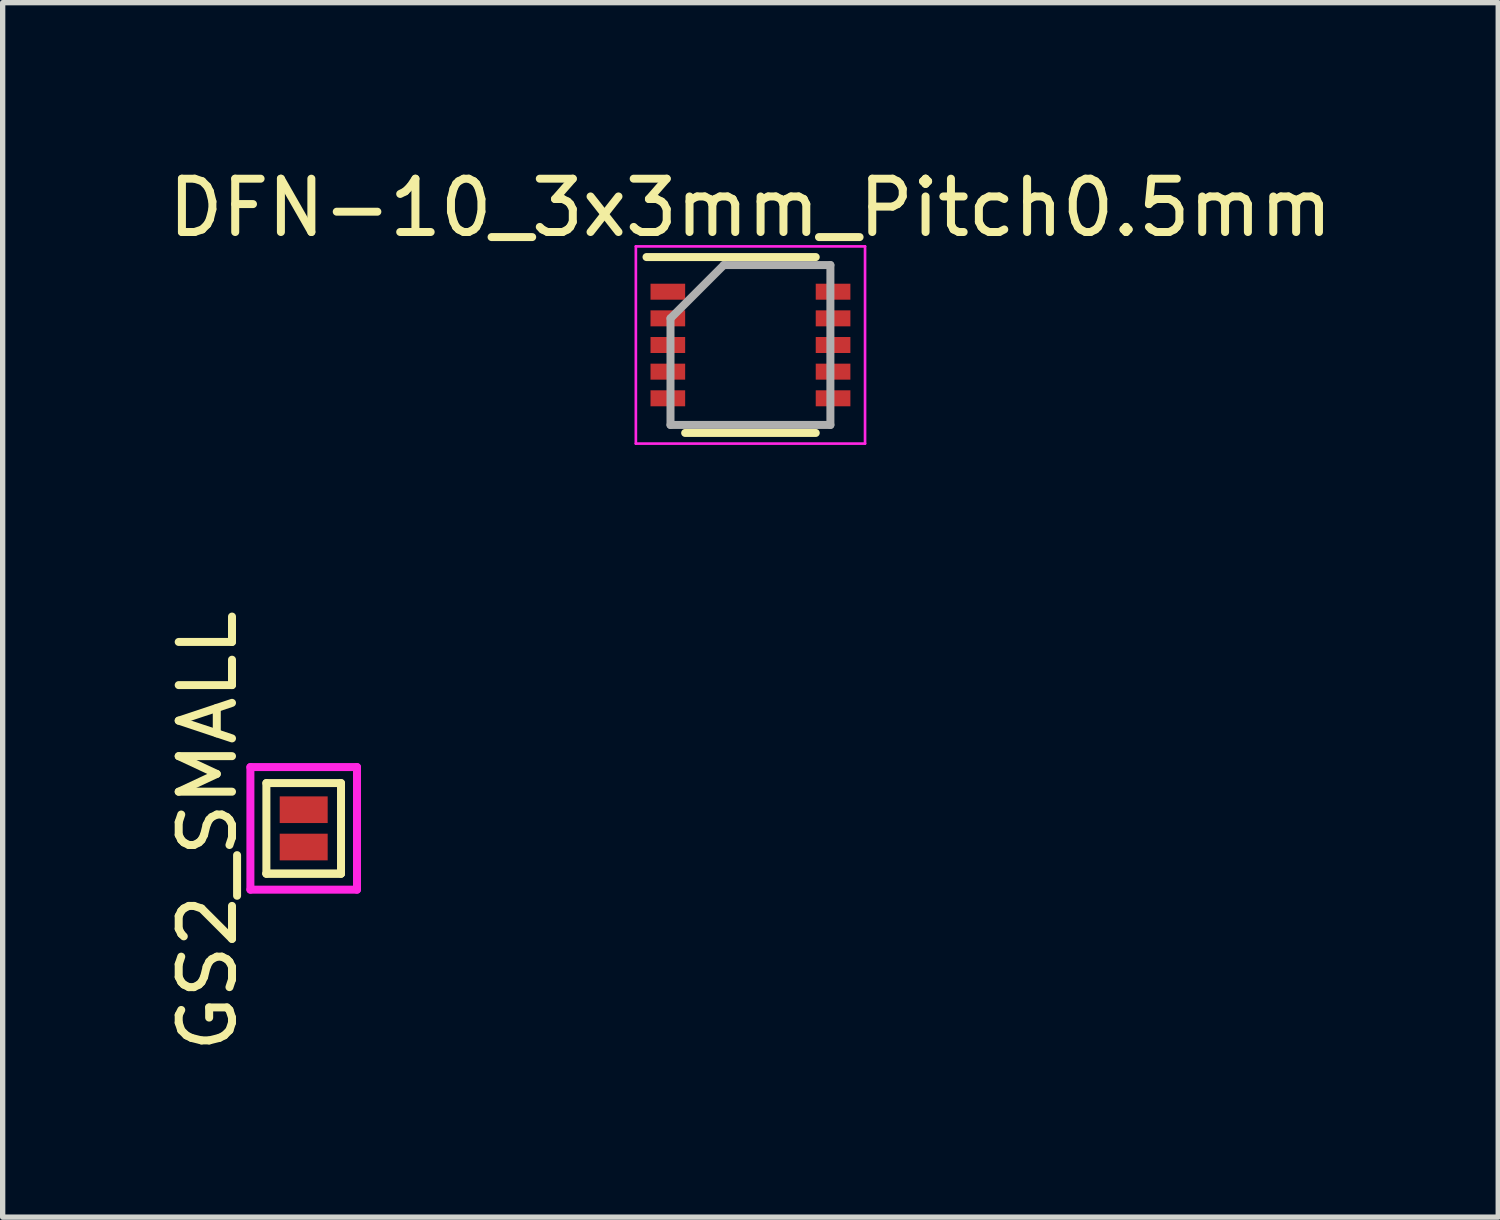
<source format=kicad_pcb>
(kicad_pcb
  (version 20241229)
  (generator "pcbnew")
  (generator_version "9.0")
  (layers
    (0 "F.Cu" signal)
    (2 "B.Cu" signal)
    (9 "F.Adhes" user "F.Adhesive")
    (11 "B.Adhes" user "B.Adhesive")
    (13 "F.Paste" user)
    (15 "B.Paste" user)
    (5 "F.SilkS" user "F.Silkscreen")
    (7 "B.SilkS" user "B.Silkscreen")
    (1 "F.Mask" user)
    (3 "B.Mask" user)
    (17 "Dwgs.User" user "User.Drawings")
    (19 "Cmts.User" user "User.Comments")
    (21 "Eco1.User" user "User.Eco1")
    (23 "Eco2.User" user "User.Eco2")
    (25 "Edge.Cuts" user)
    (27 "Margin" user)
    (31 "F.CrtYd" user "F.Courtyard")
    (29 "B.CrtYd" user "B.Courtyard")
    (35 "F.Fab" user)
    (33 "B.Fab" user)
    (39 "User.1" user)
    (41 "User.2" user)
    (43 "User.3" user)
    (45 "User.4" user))
  (footprint "GS2_SMALL"
    (layer "F.Cu")
    (at 2.648 12.842)
    (property "Reference" "GS2_SMALL" (at -1.8 -0.3 270) (layer "F.SilkS") (effects (font (size 1 1) (thickness 0.15))))
    (attr smd)
    (fp_line (start -0.7 -1.2) (end -0.7 0.5) (stroke (width 0.15) (type solid)) (layer "F.SilkS"))
    (fp_line (start -0.7 -1.2) (end 0.7 -1.2) (stroke (width 0.15) (type solid)) (layer "F.SilkS"))
    (fp_line (start -0.7 0.5) (end 0.7 0.5) (stroke (width 0.15) (type solid)) (layer "F.SilkS"))
    (fp_line (start -0.7 0.5) (end 0.7 0.5) (stroke (width 0.15) (type solid)) (layer "F.SilkS"))
    (fp_line (start 0.7 0.5) (end 0.7 -1.2) (stroke (width 0.15) (type solid)) (layer "F.SilkS"))
    (fp_line (start -1 -1.5) (end -1 0.8) (stroke (width 0.15) (type solid)) (layer "F.CrtYd"))
    (fp_line (start -1 -1.5) (end 1 -1.5) (stroke (width 0.15) (type solid)) (layer "F.CrtYd"))
    (fp_line (start 1 0.8) (end -1 0.8) (stroke (width 0.15) (type solid)) (layer "F.CrtYd"))
    (fp_line (start 1 0.8) (end 1 -1.5) (stroke (width 0.15) (type solid)) (layer "F.CrtYd"))
    (pad "1" smd rect (at 0 -0.7) (size 0.9 0.5) (layers "F.Cu" "F.Mask" "F.Paste"))
    (pad "2" smd rect (at 0 0) (size 0.9 0.5) (layers "F.Cu" "F.Mask" "F.Paste")))
  (footprint "DFN-10_3x3mm_Pitch0.5mm"
    (layer "F.Cu")
    (at 11.03 3.423)
    (property "Reference" "DFN-10_3x3mm_Pitch0.5mm" (at 0 -2.575 0) (layer "F.SilkS") (effects (font (size 1 1) (thickness 0.15))))
    (attr smd)
    (fp_line (start -1.95 -1.65) (end 1.225 -1.65) (stroke (width 0.15) (type solid)) (layer "F.SilkS"))
    (fp_line (start -1.225 1.65) (end 1.225 1.65) (stroke (width 0.15) (type solid)) (layer "F.SilkS"))
    (fp_line (start -2.15 -1.85) (end -2.15 1.85) (stroke (width 0.05) (type solid)) (layer "F.CrtYd"))
    (fp_line (start -2.15 -1.85) (end 2.15 -1.85) (stroke (width 0.05) (type solid)) (layer "F.CrtYd"))
    (fp_line (start -2.15 1.85) (end 2.15 1.85) (stroke (width 0.05) (type solid)) (layer "F.CrtYd"))
    (fp_line (start 2.15 -1.85) (end 2.15 1.85) (stroke (width 0.05) (type solid)) (layer "F.CrtYd"))
    (fp_line (start -1.5 -0.5) (end -0.5 -1.5) (stroke (width 0.15) (type solid)) (layer "F.Fab"))
    (fp_line (start -1.5 1.5) (end -1.5 -0.5) (stroke (width 0.15) (type solid)) (layer "F.Fab"))
    (fp_line (start -0.5 -1.5) (end 1.5 -1.5) (stroke (width 0.15) (type solid)) (layer "F.Fab"))
    (fp_line (start 1.5 -1.5) (end 1.5 1.5) (stroke (width 0.15) (type solid)) (layer "F.Fab"))
    (fp_line (start 1.5 1.5) (end -1.5 1.5) (stroke (width 0.15) (type solid)) (layer "F.Fab"))
    (pad "1" smd rect (at -1.55 -1) (size 0.65 0.3) (layers "F.Cu" "F.Mask" "F.Paste"))
    (pad "2" smd rect (at -1.55 -0.5) (size 0.65 0.3) (layers "F.Cu" "F.Mask" "F.Paste"))
    (pad "3" smd rect (at -1.55 0) (size 0.65 0.3) (layers "F.Cu" "F.Mask" "F.Paste"))
    (pad "4" smd rect (at -1.55 0.5) (size 0.65 0.3) (layers "F.Cu" "F.Mask" "F.Paste"))
    (pad "5" smd rect (at -1.55 1) (size 0.65 0.3) (layers "F.Cu" "F.Mask" "F.Paste"))
    (pad "6" smd rect (at 1.55 1) (size 0.65 0.3) (layers "F.Cu" "F.Mask" "F.Paste"))
    (pad "7" smd rect (at 1.55 0.5) (size 0.65 0.3) (layers "F.Cu" "F.Mask" "F.Paste"))
    (pad "8" smd rect (at 1.55 0) (size 0.65 0.3) (layers "F.Cu" "F.Mask" "F.Paste"))
    (pad "9" smd rect (at 1.55 -0.5) (size 0.65 0.3) (layers "F.Cu" "F.Mask" "F.Paste"))
    (pad "10" smd rect (at 1.55 -1) (size 0.65 0.3) (layers "F.Cu" "F.Mask" "F.Paste")))
  (gr_rect
    (start -3 -3)
    (end 25.06 19.786)
    (stroke (width 0.1) (type default))
    (fill no)
    (layer "Edge.Cuts")))
</source>
